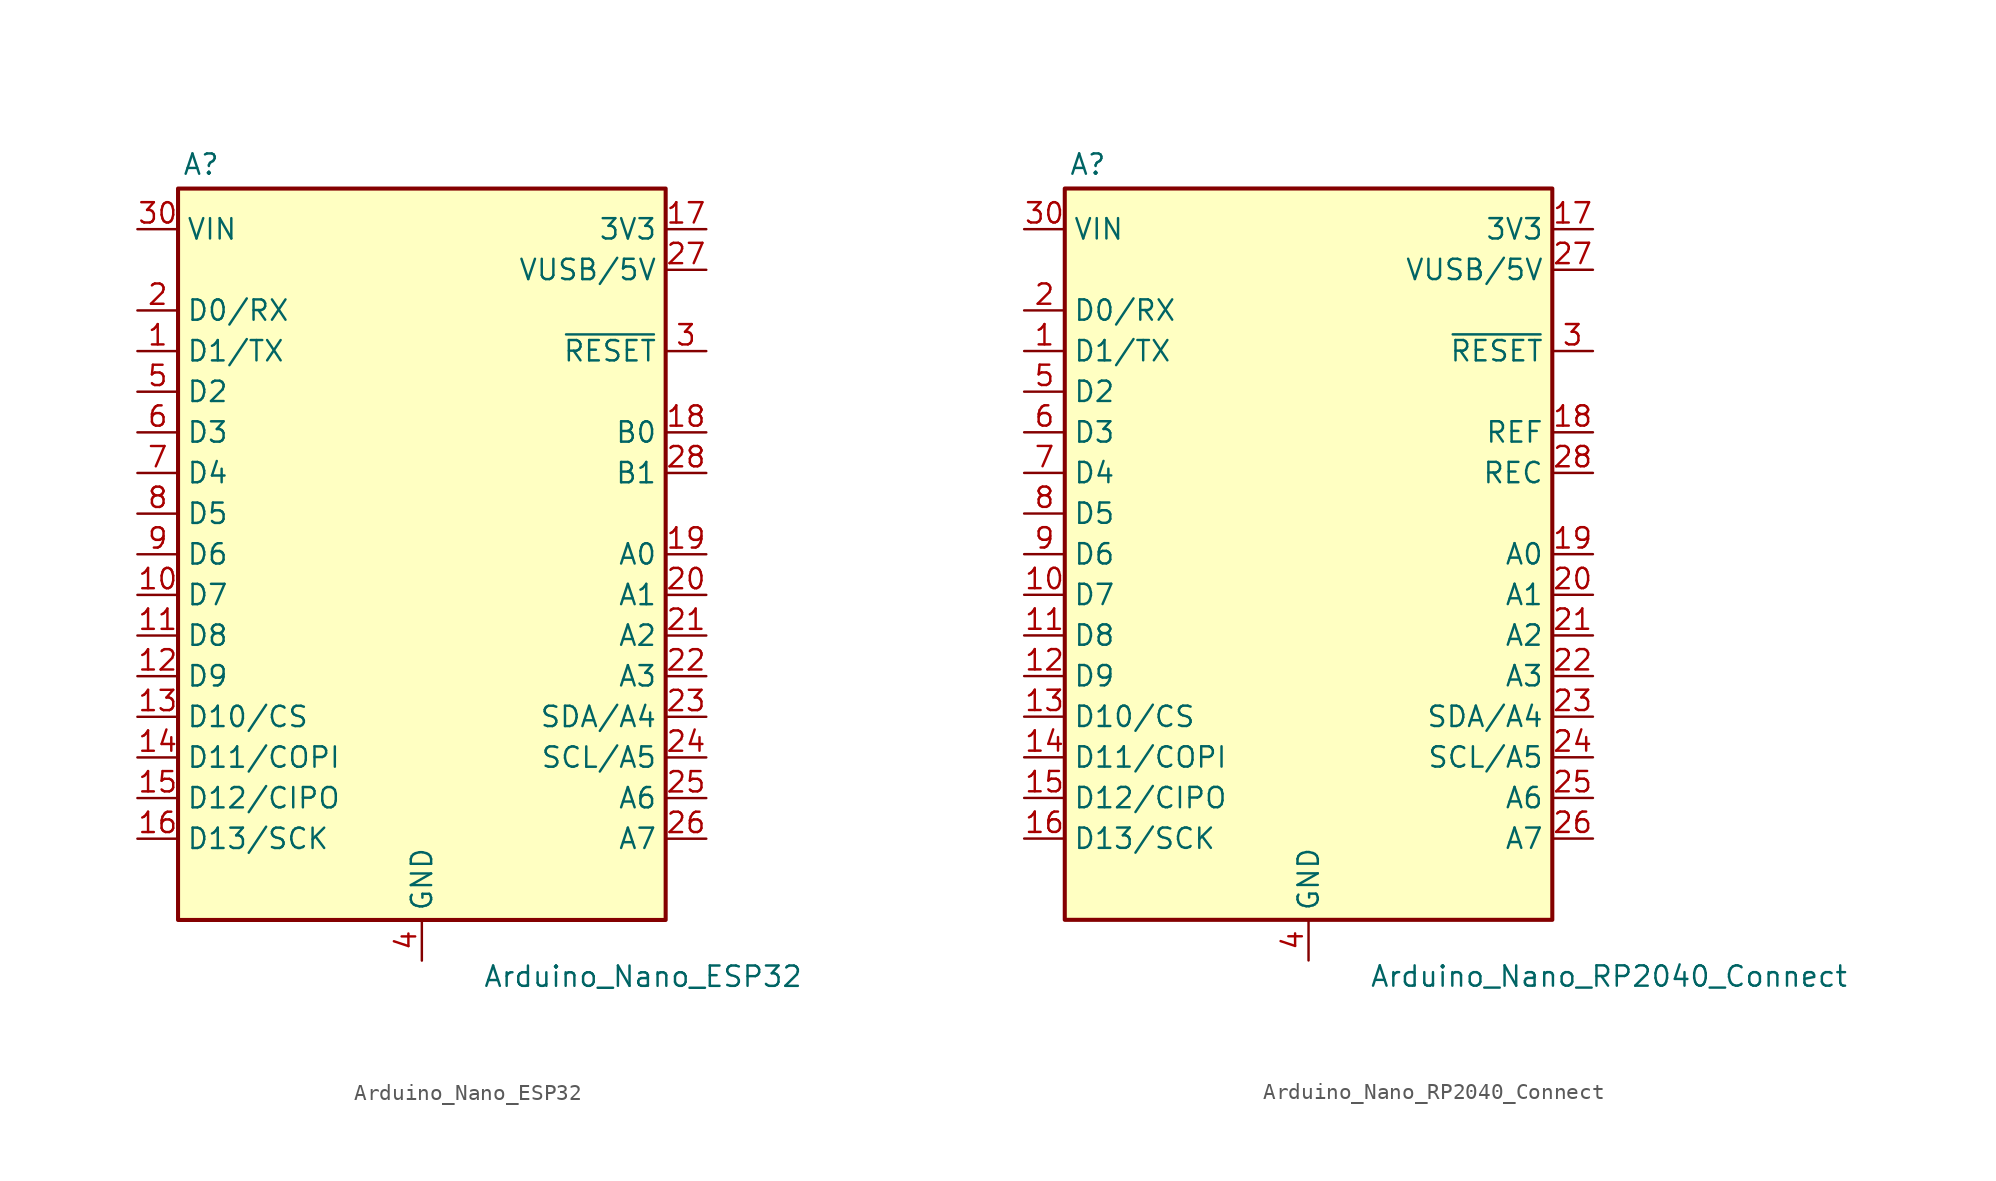
<source format=kicad_sym>
(kicad_symbol_lib
  (version 20241209)
  (generator "kicad_symbol_editor")
  (generator_version "9.0")
  (symbol "Arduino_Nano_ESP32"
    (property "Reference" "A"
      (at -14.986 23.622 0)
      (effects (font (size 1.27 1.27)) (justify left bottom)))
    (property "Value" "Arduino_Nano_ESP32"
      (at 3.81 -25.654 0)
      (effects (font (size 1.27 1.27)) (justify left top)))
    (symbol "Arduino_Nano_ESP32_0_1"
      (rectangle (start -15.24 22.86) (end 15.24 -22.86) (stroke (width 0.254) (type default)) (fill (type background))))
    (symbol "Arduino_Nano_ESP32_1_1"
      (pin power_in line (at -17.78 20.32 0) (length 2.54) (name "VIN" (effects (font (size 1.27 1.27)))) (number "30" (effects (font (size 1.27 1.27)))))
      (pin bidirectional line (at -17.78 15.24 0) (length 2.54) (name "D0/RX" (effects (font (size 1.27 1.27)))) (number "2" (effects (font (size 1.27 1.27)))))
      (pin bidirectional line (at -17.78 12.7 0) (length 2.54) (name "D1/TX" (effects (font (size 1.27 1.27)))) (number "1" (effects (font (size 1.27 1.27)))))
      (pin bidirectional line (at -17.78 10.16 0) (length 2.54) (name "D2" (effects (font (size 1.27 1.27)))) (number "5" (effects (font (size 1.27 1.27)))))
      (pin bidirectional line (at -17.78 7.62 0) (length 2.54) (name "D3" (effects (font (size 1.27 1.27)))) (number "6" (effects (font (size 1.27 1.27)))))
      (pin bidirectional line (at -17.78 5.08 0) (length 2.54) (name "D4" (effects (font (size 1.27 1.27)))) (number "7" (effects (font (size 1.27 1.27)))))
      (pin bidirectional line (at -17.78 2.54 0) (length 2.54) (name "D5" (effects (font (size 1.27 1.27)))) (number "8" (effects (font (size 1.27 1.27)))))
      (pin bidirectional line (at -17.78 0 0) (length 2.54) (name "D6" (effects (font (size 1.27 1.27)))) (number "9" (effects (font (size 1.27 1.27)))))
      (pin bidirectional line (at -17.78 -2.54 0) (length 2.54) (name "D7" (effects (font (size 1.27 1.27)))) (number "10" (effects (font (size 1.27 1.27)))))
      (pin bidirectional line (at -17.78 -5.08 0) (length 2.54) (name "D8" (effects (font (size 1.27 1.27)))) (number "11" (effects (font (size 1.27 1.27)))))
      (pin bidirectional line (at -17.78 -7.62 0) (length 2.54) (name "D9" (effects (font (size 1.27 1.27)))) (number "12" (effects (font (size 1.27 1.27)))))
      (pin bidirectional line (at -17.78 -10.16 0) (length 2.54) (name "D10/CS" (effects (font (size 1.27 1.27)))) (number "13" (effects (font (size 1.27 1.27)))))
      (pin bidirectional line (at -17.78 -12.7 0) (length 2.54) (name "D11/COPI" (effects (font (size 1.27 1.27)))) (number "14" (effects (font (size 1.27 1.27)))))
      (pin bidirectional line (at -17.78 -15.24 0) (length 2.54) (name "D12/CIPO" (effects (font (size 1.27 1.27)))) (number "15" (effects (font (size 1.27 1.27)))))
      (pin bidirectional line (at -17.78 -17.78 0) (length 2.54) (name "D13/SCK" (effects (font (size 1.27 1.27)))) (number "16" (effects (font (size 1.27 1.27)))))
      (pin passive line (at 0 -25.4 90) (length 2.54) (hide yes) (name "GND" (effects (font (size 1.27 1.27)))) (number "29" (effects (font (size 1.27 1.27)))))
      (pin power_in line (at 0 -25.4 90) (length 2.54) (name "GND" (effects (font (size 1.27 1.27)))) (number "4" (effects (font (size 1.27 1.27)))))
      (pin power_out line (at 17.78 20.32 180) (length 2.54) (name "3V3" (effects (font (size 1.27 1.27)))) (number "17" (effects (font (size 1.27 1.27)))))
      (pin power_out line (at 17.78 17.78 180) (length 2.54) (name "VUSB/5V" (effects (font (size 1.27 1.27)))) (number "27" (effects (font (size 1.27 1.27)))))
      (pin input line (at 17.78 12.7 180) (length 2.54) (name "~{RESET}" (effects (font (size 1.27 1.27)))) (number "3" (effects (font (size 1.27 1.27)))))
      (pin bidirectional line (at 17.78 7.62 180) (length 2.54) (name "B0" (effects (font (size 1.27 1.27)))) (number "18" (effects (font (size 1.27 1.27)))))
      (pin bidirectional line (at 17.78 5.08 180) (length 2.54) (name "B1" (effects (font (size 1.27 1.27)))) (number "28" (effects (font (size 1.27 1.27)))))
      (pin bidirectional line (at 17.78 0 180) (length 2.54) (name "A0" (effects (font (size 1.27 1.27)))) (number "19" (effects (font (size 1.27 1.27)))))
      (pin bidirectional line (at 17.78 -2.54 180) (length 2.54) (name "A1" (effects (font (size 1.27 1.27)))) (number "20" (effects (font (size 1.27 1.27)))))
      (pin bidirectional line (at 17.78 -5.08 180) (length 2.54) (name "A2" (effects (font (size 1.27 1.27)))) (number "21" (effects (font (size 1.27 1.27)))))
      (pin bidirectional line (at 17.78 -7.62 180) (length 2.54) (name "A3" (effects (font (size 1.27 1.27)))) (number "22" (effects (font (size 1.27 1.27)))))
      (pin bidirectional line (at 17.78 -10.16 180) (length 2.54) (name "SDA/A4" (effects (font (size 1.27 1.27)))) (number "23" (effects (font (size 1.27 1.27)))))
      (pin bidirectional line (at 17.78 -12.7 180) (length 2.54) (name "SCL/A5" (effects (font (size 1.27 1.27)))) (number "24" (effects (font (size 1.27 1.27)))))
      (pin bidirectional line (at 17.78 -15.24 180) (length 2.54) (name "A6" (effects (font (size 1.27 1.27)))) (number "25" (effects (font (size 1.27 1.27)))))
      (pin bidirectional line (at 17.78 -17.78 180) (length 2.54) (name "A7" (effects (font (size 1.27 1.27)))) (number "26" (effects (font (size 1.27 1.27)))))))
  (symbol "Arduino_Nano_RP2040_Connect"
    (property "Reference" "A"
      (at -14.986 23.622 0)
      (effects (font (size 1.27 1.27)) (justify left bottom)))
    (property "Value" "Arduino_Nano_RP2040_Connect"
      (at 3.81 -25.654 0)
      (effects (font (size 1.27 1.27)) (justify left top)))
    (symbol "Arduino_Nano_RP2040_Connect_0_1"
      (rectangle (start -15.24 22.86) (end 15.24 -22.86) (stroke (width 0.254) (type default)) (fill (type background))))
    (symbol "Arduino_Nano_RP2040_Connect_1_1"
      (pin power_in line (at -17.78 20.32 0) (length 2.54) (name "VIN" (effects (font (size 1.27 1.27)))) (number "30" (effects (font (size 1.27 1.27)))))
      (pin bidirectional line (at -17.78 15.24 0) (length 2.54) (name "D0/RX" (effects (font (size 1.27 1.27)))) (number "2" (effects (font (size 1.27 1.27)))))
      (pin bidirectional line (at -17.78 12.7 0) (length 2.54) (name "D1/TX" (effects (font (size 1.27 1.27)))) (number "1" (effects (font (size 1.27 1.27)))))
      (pin bidirectional line (at -17.78 10.16 0) (length 2.54) (name "D2" (effects (font (size 1.27 1.27)))) (number "5" (effects (font (size 1.27 1.27)))))
      (pin bidirectional line (at -17.78 7.62 0) (length 2.54) (name "D3" (effects (font (size 1.27 1.27)))) (number "6" (effects (font (size 1.27 1.27)))))
      (pin bidirectional line (at -17.78 5.08 0) (length 2.54) (name "D4" (effects (font (size 1.27 1.27)))) (number "7" (effects (font (size 1.27 1.27)))))
      (pin bidirectional line (at -17.78 2.54 0) (length 2.54) (name "D5" (effects (font (size 1.27 1.27)))) (number "8" (effects (font (size 1.27 1.27)))))
      (pin bidirectional line (at -17.78 0 0) (length 2.54) (name "D6" (effects (font (size 1.27 1.27)))) (number "9" (effects (font (size 1.27 1.27)))))
      (pin bidirectional line (at -17.78 -2.54 0) (length 2.54) (name "D7" (effects (font (size 1.27 1.27)))) (number "10" (effects (font (size 1.27 1.27)))))
      (pin bidirectional line (at -17.78 -5.08 0) (length 2.54) (name "D8" (effects (font (size 1.27 1.27)))) (number "11" (effects (font (size 1.27 1.27)))))
      (pin bidirectional line (at -17.78 -7.62 0) (length 2.54) (name "D9" (effects (font (size 1.27 1.27)))) (number "12" (effects (font (size 1.27 1.27)))))
      (pin bidirectional line (at -17.78 -10.16 0) (length 2.54) (name "D10/CS" (effects (font (size 1.27 1.27)))) (number "13" (effects (font (size 1.27 1.27)))))
      (pin bidirectional line (at -17.78 -12.7 0) (length 2.54) (name "D11/COPI" (effects (font (size 1.27 1.27)))) (number "14" (effects (font (size 1.27 1.27)))))
      (pin bidirectional line (at -17.78 -15.24 0) (length 2.54) (name "D12/CIPO" (effects (font (size 1.27 1.27)))) (number "15" (effects (font (size 1.27 1.27)))))
      (pin bidirectional line (at -17.78 -17.78 0) (length 2.54) (name "D13/SCK" (effects (font (size 1.27 1.27)))) (number "16" (effects (font (size 1.27 1.27)))))
      (pin passive line (at 0 -25.4 90) (length 2.54) (hide yes) (name "GND" (effects (font (size 1.27 1.27)))) (number "29" (effects (font (size 1.27 1.27)))))
      (pin power_in line (at 0 -25.4 90) (length 2.54) (name "GND" (effects (font (size 1.27 1.27)))) (number "4" (effects (font (size 1.27 1.27)))))
      (pin power_out line (at 17.78 20.32 180) (length 2.54) (name "3V3" (effects (font (size 1.27 1.27)))) (number "17" (effects (font (size 1.27 1.27)))))
      (pin power_out line (at 17.78 17.78 180) (length 2.54) (name "VUSB/5V" (effects (font (size 1.27 1.27)))) (number "27" (effects (font (size 1.27 1.27)))))
      (pin input line (at 17.78 12.7 180) (length 2.54) (name "~{RESET}" (effects (font (size 1.27 1.27)))) (number "3" (effects (font (size 1.27 1.27)))))
      (pin passive line (at 17.78 7.62 180) (length 2.54) (name "REF" (effects (font (size 1.27 1.27)))) (number "18" (effects (font (size 1.27 1.27)))))
      (pin input line (at 17.78 5.08 180) (length 2.54) (name "REC" (effects (font (size 1.27 1.27)))) (number "28" (effects (font (size 1.27 1.27)))))
      (pin bidirectional line (at 17.78 0 180) (length 2.54) (name "A0" (effects (font (size 1.27 1.27)))) (number "19" (effects (font (size 1.27 1.27)))))
      (pin bidirectional line (at 17.78 -2.54 180) (length 2.54) (name "A1" (effects (font (size 1.27 1.27)))) (number "20" (effects (font (size 1.27 1.27)))))
      (pin bidirectional line (at 17.78 -5.08 180) (length 2.54) (name "A2" (effects (font (size 1.27 1.27)))) (number "21" (effects (font (size 1.27 1.27)))))
      (pin bidirectional line (at 17.78 -7.62 180) (length 2.54) (name "A3" (effects (font (size 1.27 1.27)))) (number "22" (effects (font (size 1.27 1.27)))))
      (pin bidirectional line (at 17.78 -10.16 180) (length 2.54) (name "SDA/A4" (effects (font (size 1.27 1.27)))) (number "23" (effects (font (size 1.27 1.27)))))
      (pin bidirectional line (at 17.78 -12.7 180) (length 2.54) (name "SCL/A5" (effects (font (size 1.27 1.27)))) (number "24" (effects (font (size 1.27 1.27)))))
      (pin bidirectional line (at 17.78 -15.24 180) (length 2.54) (name "A6" (effects (font (size 1.27 1.27)))) (number "25" (effects (font (size 1.27 1.27)))))
      (pin bidirectional line (at 17.78 -17.78 180) (length 2.54) (name "A7" (effects (font (size 1.27 1.27)))) (number "26" (effects (font (size 1.27 1.27))))))))
</source>
